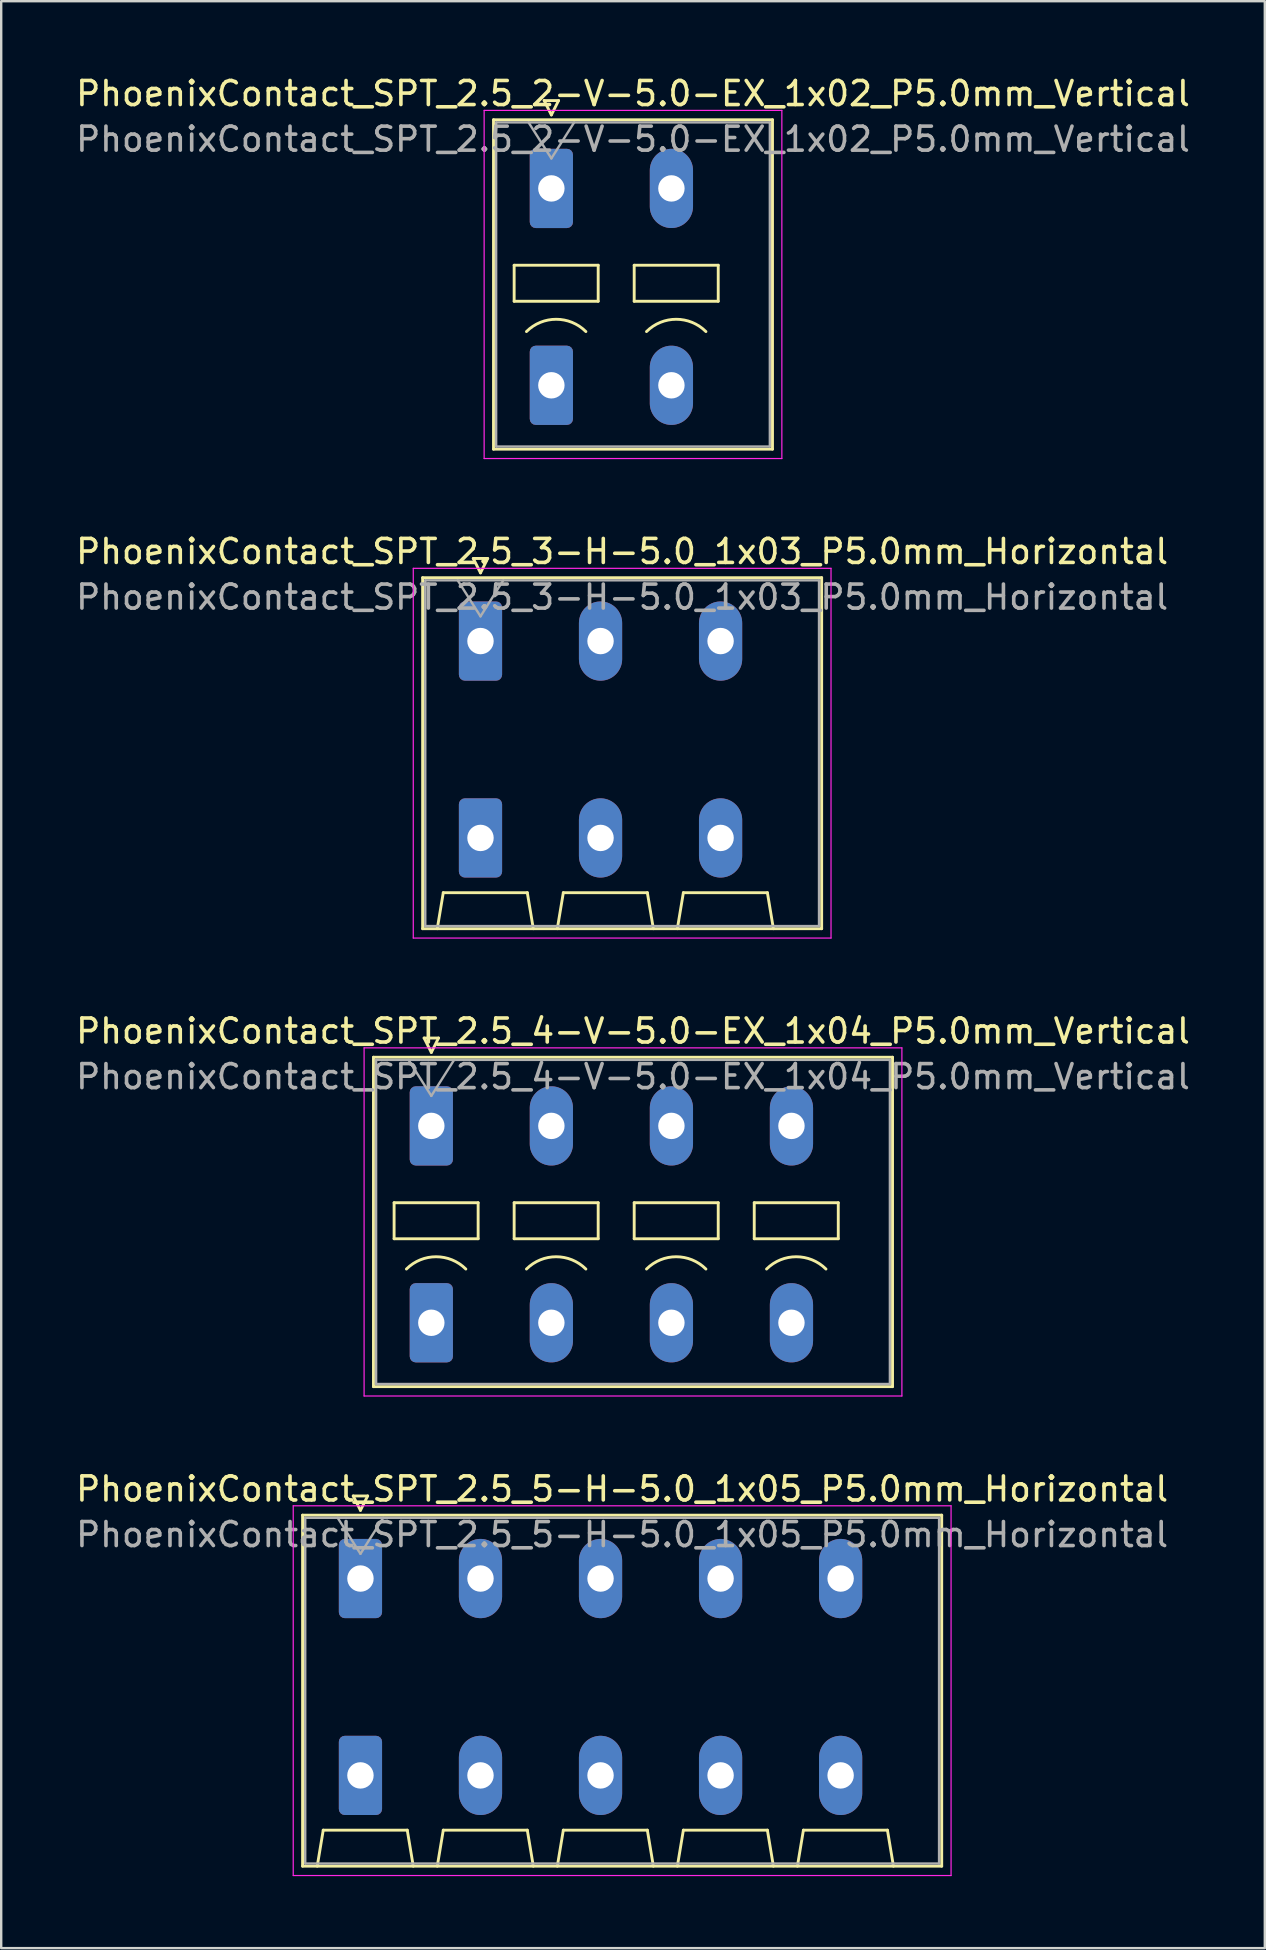
<source format=kicad_pcb>
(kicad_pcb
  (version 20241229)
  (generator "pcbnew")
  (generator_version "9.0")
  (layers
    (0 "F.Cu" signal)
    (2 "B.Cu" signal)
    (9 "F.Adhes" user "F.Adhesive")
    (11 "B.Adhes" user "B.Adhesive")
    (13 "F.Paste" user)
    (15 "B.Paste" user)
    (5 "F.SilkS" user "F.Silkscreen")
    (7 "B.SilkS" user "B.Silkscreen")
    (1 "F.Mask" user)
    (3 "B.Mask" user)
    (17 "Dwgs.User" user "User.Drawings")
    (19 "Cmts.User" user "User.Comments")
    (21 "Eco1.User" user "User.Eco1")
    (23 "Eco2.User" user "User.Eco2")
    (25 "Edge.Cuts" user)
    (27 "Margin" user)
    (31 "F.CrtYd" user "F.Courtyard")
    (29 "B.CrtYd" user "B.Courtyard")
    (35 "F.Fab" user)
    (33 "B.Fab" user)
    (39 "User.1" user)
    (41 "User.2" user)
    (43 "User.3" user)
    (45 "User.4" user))
  (footprint "PhoenixContact_SPT_2.5_4-V-5.0-EX_1x04_P5.0mm_Vertical"
    (layer "F.Cu")
    (at 14.915 43.845)
    (property "Reference" "PhoenixContact_SPT_2.5_4-V-5.0-EX_1x04_P5.0mm_Vertical" (at 8.4 -3.95 0) (layer "F.SilkS") (effects (font (size 1 1) (thickness 0.15))))
    (attr through_hole)
    (fp_line (start -2.41 -2.86) (end 19.21 -2.86) (stroke (width 0.12) (type solid)) (layer "F.SilkS"))
    (fp_line (start -2.41 10.86) (end -2.41 -2.86) (stroke (width 0.12) (type solid)) (layer "F.SilkS"))
    (fp_line (start -1.55 3.2) (end -1.55 4.7) (stroke (width 0.12) (type solid)) (layer "F.SilkS"))
    (fp_line (start -1.55 4.7) (end 1.95 4.7) (stroke (width 0.12) (type solid)) (layer "F.SilkS"))
    (fp_line (start -0.3 -3.66) (end 0 -3.06) (stroke (width 0.12) (type solid)) (layer "F.SilkS"))
    (fp_line (start -0.3 -3.66) (end 0.3 -3.66) (stroke (width 0.12) (type solid)) (layer "F.SilkS"))
    (fp_line (start 0.3 -3.66) (end 0 -3.06) (stroke (width 0.12) (type solid)) (layer "F.SilkS"))
    (fp_line (start 1.95 3.2) (end -1.55 3.2) (stroke (width 0.12) (type solid)) (layer "F.SilkS"))
    (fp_line (start 1.95 4.7) (end 1.95 3.2) (stroke (width 0.12) (type solid)) (layer "F.SilkS"))
    (fp_line (start 3.45 3.2) (end 3.45 4.7) (stroke (width 0.12) (type solid)) (layer "F.SilkS"))
    (fp_line (start 3.45 4.7) (end 6.95 4.7) (stroke (width 0.12) (type solid)) (layer "F.SilkS"))
    (fp_line (start 6.95 3.2) (end 3.45 3.2) (stroke (width 0.12) (type solid)) (layer "F.SilkS"))
    (fp_line (start 6.95 4.7) (end 6.95 3.2) (stroke (width 0.12) (type solid)) (layer "F.SilkS"))
    (fp_line (start 8.45 3.2) (end 8.45 4.7) (stroke (width 0.12) (type solid)) (layer "F.SilkS"))
    (fp_line (start 8.45 4.7) (end 11.95 4.7) (stroke (width 0.12) (type solid)) (layer "F.SilkS"))
    (fp_line (start 11.95 3.2) (end 8.45 3.2) (stroke (width 0.12) (type solid)) (layer "F.SilkS"))
    (fp_line (start 11.95 4.7) (end 11.95 3.2) (stroke (width 0.12) (type solid)) (layer "F.SilkS"))
    (fp_line (start 13.45 3.2) (end 13.45 4.7) (stroke (width 0.12) (type solid)) (layer "F.SilkS"))
    (fp_line (start 13.45 4.7) (end 16.95 4.7) (stroke (width 0.12) (type solid)) (layer "F.SilkS"))
    (fp_line (start 16.95 3.2) (end 13.45 3.2) (stroke (width 0.12) (type solid)) (layer "F.SilkS"))
    (fp_line (start 16.95 4.7) (end 16.95 3.2) (stroke (width 0.12) (type solid)) (layer "F.SilkS"))
    (fp_line (start 19.21 -2.86) (end 19.21 10.86) (stroke (width 0.12) (type solid)) (layer "F.SilkS"))
    (fp_line (start 19.21 10.86) (end -2.41 10.86) (stroke (width 0.12) (type solid)) (layer "F.SilkS"))
    (fp_arc (start -1.037437 5.962563) (mid 0.2 5.45) (end 1.437437 5.962563) (stroke (width 0.12) (type solid)) (layer "F.SilkS"))
    (fp_arc (start 3.962563 5.962563) (mid 5.2 5.45) (end 6.437437 5.962563) (stroke (width 0.12) (type solid)) (layer "F.SilkS"))
    (fp_arc (start 8.962563 5.962563) (mid 10.2 5.45) (end 11.437437 5.962563) (stroke (width 0.12) (type solid)) (layer "F.SilkS"))
    (fp_arc (start 13.962563 5.962563) (mid 15.2 5.45) (end 16.437437 5.962563) (stroke (width 0.12) (type solid)) (layer "F.SilkS"))
    (fp_line (start -2.8 -3.25) (end -2.8 11.25) (stroke (width 0.05) (type solid)) (layer "F.CrtYd"))
    (fp_line (start -2.8 11.25) (end 19.6 11.25) (stroke (width 0.05) (type solid)) (layer "F.CrtYd"))
    (fp_line (start 19.6 -3.25) (end -2.8 -3.25) (stroke (width 0.05) (type solid)) (layer "F.CrtYd"))
    (fp_line (start 19.6 11.25) (end 19.6 -3.25) (stroke (width 0.05) (type solid)) (layer "F.CrtYd"))
    (fp_line (start -2.3 -2.75) (end -2.3 10.75) (stroke (width 0.1) (type solid)) (layer "F.Fab"))
    (fp_line (start -2.3 10.75) (end 19.1 10.75) (stroke (width 0.1) (type solid)) (layer "F.Fab"))
    (fp_line (start -0.95 -2.75) (end 0 -1.25) (stroke (width 0.1) (type solid)) (layer "F.Fab"))
    (fp_line (start 0.95 -2.75) (end 0 -1.25) (stroke (width 0.1) (type solid)) (layer "F.Fab"))
    (fp_line (start 19.1 -2.75) (end -2.3 -2.75) (stroke (width 0.1) (type solid)) (layer "F.Fab"))
    (fp_line (start 19.1 10.75) (end 19.1 -2.75) (stroke (width 0.1) (type solid)) (layer "F.Fab"))
    (fp_text user "${REFERENCE}" (at 8.4 -2.05 0) (layer "F.Fab") (effects (font (size 1 1) (thickness 0.15))))
    (pad "1" thru_hole roundrect (at 0 0) (size 1.8 3.3) (drill 1.1) (layers "*.Cu" "*.Mask") (roundrect_rratio 0.139))
    (pad "1" thru_hole roundrect (at 0 8.2) (size 1.8 3.3) (drill 1.1) (layers "*.Cu" "*.Mask") (roundrect_rratio 0.139))
    (pad "2" thru_hole oval (at 5 0) (size 1.8 3.3) (drill 1.1) (layers "*.Cu" "*.Mask"))
    (pad "2" thru_hole oval (at 5 8.2) (size 1.8 3.3) (drill 1.1) (layers "*.Cu" "*.Mask"))
    (pad "3" thru_hole oval (at 10 0) (size 1.8 3.3) (drill 1.1) (layers "*.Cu" "*.Mask"))
    (pad "3" thru_hole oval (at 10 8.2) (size 1.8 3.3) (drill 1.1) (layers "*.Cu" "*.Mask"))
    (pad "4" thru_hole oval (at 15 0) (size 1.8 3.3) (drill 1.1) (layers "*.Cu" "*.Mask"))
    (pad "4" thru_hole oval (at 15 8.2) (size 1.8 3.3) (drill 1.1) (layers "*.Cu" "*.Mask")))
  (footprint "PhoenixContact_SPT_2.5_2-V-5.0-EX_1x02_P5.0mm_Vertical"
    (layer "F.Cu")
    (at 19.915 4.798)
    (property "Reference" "PhoenixContact_SPT_2.5_2-V-5.0-EX_1x02_P5.0mm_Vertical" (at 3.4 -3.95 0) (layer "F.SilkS") (effects (font (size 1 1) (thickness 0.15))))
    (attr through_hole)
    (fp_line (start -2.41 -2.86) (end 9.21 -2.86) (stroke (width 0.12) (type solid)) (layer "F.SilkS"))
    (fp_line (start -2.41 10.86) (end -2.41 -2.86) (stroke (width 0.12) (type solid)) (layer "F.SilkS"))
    (fp_line (start -1.55 3.2) (end -1.55 4.7) (stroke (width 0.12) (type solid)) (layer "F.SilkS"))
    (fp_line (start -1.55 4.7) (end 1.95 4.7) (stroke (width 0.12) (type solid)) (layer "F.SilkS"))
    (fp_line (start -0.3 -3.66) (end 0 -3.06) (stroke (width 0.12) (type solid)) (layer "F.SilkS"))
    (fp_line (start -0.3 -3.66) (end 0.3 -3.66) (stroke (width 0.12) (type solid)) (layer "F.SilkS"))
    (fp_line (start 0.3 -3.66) (end 0 -3.06) (stroke (width 0.12) (type solid)) (layer "F.SilkS"))
    (fp_line (start 1.95 3.2) (end -1.55 3.2) (stroke (width 0.12) (type solid)) (layer "F.SilkS"))
    (fp_line (start 1.95 4.7) (end 1.95 3.2) (stroke (width 0.12) (type solid)) (layer "F.SilkS"))
    (fp_line (start 3.45 3.2) (end 3.45 4.7) (stroke (width 0.12) (type solid)) (layer "F.SilkS"))
    (fp_line (start 3.45 4.7) (end 6.95 4.7) (stroke (width 0.12) (type solid)) (layer "F.SilkS"))
    (fp_line (start 6.95 3.2) (end 3.45 3.2) (stroke (width 0.12) (type solid)) (layer "F.SilkS"))
    (fp_line (start 6.95 4.7) (end 6.95 3.2) (stroke (width 0.12) (type solid)) (layer "F.SilkS"))
    (fp_line (start 9.21 -2.86) (end 9.21 10.86) (stroke (width 0.12) (type solid)) (layer "F.SilkS"))
    (fp_line (start 9.21 10.86) (end -2.41 10.86) (stroke (width 0.12) (type solid)) (layer "F.SilkS"))
    (fp_arc (start -1.037437 5.962563) (mid 0.2 5.45) (end 1.437437 5.962563) (stroke (width 0.12) (type solid)) (layer "F.SilkS"))
    (fp_arc (start 3.962563 5.962563) (mid 5.2 5.45) (end 6.437437 5.962563) (stroke (width 0.12) (type solid)) (layer "F.SilkS"))
    (fp_line (start -2.8 -3.25) (end -2.8 11.25) (stroke (width 0.05) (type solid)) (layer "F.CrtYd"))
    (fp_line (start -2.8 11.25) (end 9.6 11.25) (stroke (width 0.05) (type solid)) (layer "F.CrtYd"))
    (fp_line (start 9.6 -3.25) (end -2.8 -3.25) (stroke (width 0.05) (type solid)) (layer "F.CrtYd"))
    (fp_line (start 9.6 11.25) (end 9.6 -3.25) (stroke (width 0.05) (type solid)) (layer "F.CrtYd"))
    (fp_line (start -2.3 -2.75) (end -2.3 10.75) (stroke (width 0.1) (type solid)) (layer "F.Fab"))
    (fp_line (start -2.3 10.75) (end 9.1 10.75) (stroke (width 0.1) (type solid)) (layer "F.Fab"))
    (fp_line (start -0.95 -2.75) (end 0 -1.25) (stroke (width 0.1) (type solid)) (layer "F.Fab"))
    (fp_line (start 0.95 -2.75) (end 0 -1.25) (stroke (width 0.1) (type solid)) (layer "F.Fab"))
    (fp_line (start 9.1 -2.75) (end -2.3 -2.75) (stroke (width 0.1) (type solid)) (layer "F.Fab"))
    (fp_line (start 9.1 10.75) (end 9.1 -2.75) (stroke (width 0.1) (type solid)) (layer "F.Fab"))
    (fp_text user "${REFERENCE}" (at 3.4 -2.05 0) (layer "F.Fab") (effects (font (size 1 1) (thickness 0.15))))
    (pad "1" thru_hole roundrect (at 0 0) (size 1.8 3.3) (drill 1.1) (layers "*.Cu" "*.Mask") (roundrect_rratio 0.139))
    (pad "1" thru_hole roundrect (at 0 8.2) (size 1.8 3.3) (drill 1.1) (layers "*.Cu" "*.Mask") (roundrect_rratio 0.139))
    (pad "2" thru_hole oval (at 5 0) (size 1.8 3.3) (drill 1.1) (layers "*.Cu" "*.Mask"))
    (pad "2" thru_hole oval (at 5 8.2) (size 1.8 3.3) (drill 1.1) (layers "*.Cu" "*.Mask")))
  (footprint "PhoenixContact_SPT_2.5_5-H-5.0_1x05_P5.0mm_Horizontal"
    (layer "F.Cu")
    (at 11.963 62.698)
    (property "Reference" "PhoenixContact_SPT_2.5_5-H-5.0_1x05_P5.0mm_Horizontal" (at 10.9 -3.73 0) (layer "F.SilkS") (effects (font (size 1 1) (thickness 0.15))))
    (attr through_hole)
    (fp_line (start -2.41 -2.64) (end 24.21 -2.64) (stroke (width 0.12) (type solid)) (layer "F.SilkS"))
    (fp_line (start -2.41 11.98) (end -2.41 -2.64) (stroke (width 0.12) (type solid)) (layer "F.SilkS"))
    (fp_line (start -1.8 11.98) (end -1.55 10.48) (stroke (width 0.12) (type solid)) (layer "F.SilkS"))
    (fp_line (start -1.55 10.48) (end 1.95 10.48) (stroke (width 0.12) (type solid)) (layer "F.SilkS"))
    (fp_line (start -0.3 -3.44) (end 0 -2.84) (stroke (width 0.12) (type solid)) (layer "F.SilkS"))
    (fp_line (start -0.3 -3.44) (end 0.3 -3.44) (stroke (width 0.12) (type solid)) (layer "F.SilkS"))
    (fp_line (start 0.3 -3.44) (end 0 -2.84) (stroke (width 0.12) (type solid)) (layer "F.SilkS"))
    (fp_line (start 2.2 11.98) (end 1.95 10.48) (stroke (width 0.12) (type solid)) (layer "F.SilkS"))
    (fp_line (start 3.2 11.98) (end 3.45 10.48) (stroke (width 0.12) (type solid)) (layer "F.SilkS"))
    (fp_line (start 3.45 10.48) (end 6.95 10.48) (stroke (width 0.12) (type solid)) (layer "F.SilkS"))
    (fp_line (start 7.2 11.98) (end 6.95 10.48) (stroke (width 0.12) (type solid)) (layer "F.SilkS"))
    (fp_line (start 8.2 11.98) (end 8.45 10.48) (stroke (width 0.12) (type solid)) (layer "F.SilkS"))
    (fp_line (start 8.45 10.48) (end 11.95 10.48) (stroke (width 0.12) (type solid)) (layer "F.SilkS"))
    (fp_line (start 12.2 11.98) (end 11.95 10.48) (stroke (width 0.12) (type solid)) (layer "F.SilkS"))
    (fp_line (start 13.2 11.98) (end 13.45 10.48) (stroke (width 0.12) (type solid)) (layer "F.SilkS"))
    (fp_line (start 13.45 10.48) (end 16.95 10.48) (stroke (width 0.12) (type solid)) (layer "F.SilkS"))
    (fp_line (start 17.2 11.98) (end 16.95 10.48) (stroke (width 0.12) (type solid)) (layer "F.SilkS"))
    (fp_line (start 18.2 11.98) (end 18.45 10.48) (stroke (width 0.12) (type solid)) (layer "F.SilkS"))
    (fp_line (start 18.45 10.48) (end 21.95 10.48) (stroke (width 0.12) (type solid)) (layer "F.SilkS"))
    (fp_line (start 22.2 11.98) (end 21.95 10.48) (stroke (width 0.12) (type solid)) (layer "F.SilkS"))
    (fp_line (start 24.21 -2.64) (end 24.21 11.98) (stroke (width 0.12) (type solid)) (layer "F.SilkS"))
    (fp_line (start 24.21 11.98) (end -2.41 11.98) (stroke (width 0.12) (type solid)) (layer "F.SilkS"))
    (fp_line (start -2.8 -3.03) (end -2.8 12.37) (stroke (width 0.05) (type solid)) (layer "F.CrtYd"))
    (fp_line (start -2.8 12.37) (end 24.6 12.37) (stroke (width 0.05) (type solid)) (layer "F.CrtYd"))
    (fp_line (start 24.6 -3.03) (end -2.8 -3.03) (stroke (width 0.05) (type solid)) (layer "F.CrtYd"))
    (fp_line (start 24.6 12.37) (end 24.6 -3.03) (stroke (width 0.05) (type solid)) (layer "F.CrtYd"))
    (fp_line (start -2.3 -2.53) (end -2.3 11.87) (stroke (width 0.1) (type solid)) (layer "F.Fab"))
    (fp_line (start -2.3 11.87) (end 24.1 11.87) (stroke (width 0.1) (type solid)) (layer "F.Fab"))
    (fp_line (start -0.95 -2.53) (end 0 -1.03) (stroke (width 0.1) (type solid)) (layer "F.Fab"))
    (fp_line (start 0.95 -2.53) (end 0 -1.03) (stroke (width 0.1) (type solid)) (layer "F.Fab"))
    (fp_line (start 24.1 -2.53) (end -2.3 -2.53) (stroke (width 0.1) (type solid)) (layer "F.Fab"))
    (fp_line (start 24.1 11.87) (end 24.1 -2.53) (stroke (width 0.1) (type solid)) (layer "F.Fab"))
    (fp_text user "${REFERENCE}" (at 10.9 -1.83 0) (layer "F.Fab") (effects (font (size 1 1) (thickness 0.15))))
    (pad "1" thru_hole roundrect (at 0 0) (size 1.8 3.3) (drill 1.1) (layers "*.Cu" "*.Mask") (roundrect_rratio 0.139))
    (pad "1" thru_hole roundrect (at 0 8.2) (size 1.8 3.3) (drill 1.1) (layers "*.Cu" "*.Mask") (roundrect_rratio 0.139))
    (pad "2" thru_hole oval (at 5 0) (size 1.8 3.3) (drill 1.1) (layers "*.Cu" "*.Mask"))
    (pad "2" thru_hole oval (at 5 8.2) (size 1.8 3.3) (drill 1.1) (layers "*.Cu" "*.Mask"))
    (pad "3" thru_hole oval (at 10 0) (size 1.8 3.3) (drill 1.1) (layers "*.Cu" "*.Mask"))
    (pad "3" thru_hole oval (at 10 8.2) (size 1.8 3.3) (drill 1.1) (layers "*.Cu" "*.Mask"))
    (pad "4" thru_hole oval (at 15 0) (size 1.8 3.3) (drill 1.1) (layers "*.Cu" "*.Mask"))
    (pad "4" thru_hole oval (at 15 8.2) (size 1.8 3.3) (drill 1.1) (layers "*.Cu" "*.Mask"))
    (pad "5" thru_hole oval (at 20 0) (size 1.8 3.3) (drill 1.1) (layers "*.Cu" "*.Mask"))
    (pad "5" thru_hole oval (at 20 8.2) (size 1.8 3.3) (drill 1.1) (layers "*.Cu" "*.Mask")))
  (footprint "PhoenixContact_SPT_2.5_3-H-5.0_1x03_P5.0mm_Horizontal"
    (layer "F.Cu")
    (at 16.963 23.651)
    (property "Reference" "PhoenixContact_SPT_2.5_3-H-5.0_1x03_P5.0mm_Horizontal" (at 5.9 -3.73 0) (layer "F.SilkS") (effects (font (size 1 1) (thickness 0.15))))
    (attr through_hole)
    (fp_line (start -2.41 -2.64) (end 14.21 -2.64) (stroke (width 0.12) (type solid)) (layer "F.SilkS"))
    (fp_line (start -2.41 11.98) (end -2.41 -2.64) (stroke (width 0.12) (type solid)) (layer "F.SilkS"))
    (fp_line (start -1.8 11.98) (end -1.55 10.48) (stroke (width 0.12) (type solid)) (layer "F.SilkS"))
    (fp_line (start -1.55 10.48) (end 1.95 10.48) (stroke (width 0.12) (type solid)) (layer "F.SilkS"))
    (fp_line (start -0.3 -3.44) (end 0 -2.84) (stroke (width 0.12) (type solid)) (layer "F.SilkS"))
    (fp_line (start -0.3 -3.44) (end 0.3 -3.44) (stroke (width 0.12) (type solid)) (layer "F.SilkS"))
    (fp_line (start 0.3 -3.44) (end 0 -2.84) (stroke (width 0.12) (type solid)) (layer "F.SilkS"))
    (fp_line (start 2.2 11.98) (end 1.95 10.48) (stroke (width 0.12) (type solid)) (layer "F.SilkS"))
    (fp_line (start 3.2 11.98) (end 3.45 10.48) (stroke (width 0.12) (type solid)) (layer "F.SilkS"))
    (fp_line (start 3.45 10.48) (end 6.95 10.48) (stroke (width 0.12) (type solid)) (layer "F.SilkS"))
    (fp_line (start 7.2 11.98) (end 6.95 10.48) (stroke (width 0.12) (type solid)) (layer "F.SilkS"))
    (fp_line (start 8.2 11.98) (end 8.45 10.48) (stroke (width 0.12) (type solid)) (layer "F.SilkS"))
    (fp_line (start 8.45 10.48) (end 11.95 10.48) (stroke (width 0.12) (type solid)) (layer "F.SilkS"))
    (fp_line (start 12.2 11.98) (end 11.95 10.48) (stroke (width 0.12) (type solid)) (layer "F.SilkS"))
    (fp_line (start 14.21 -2.64) (end 14.21 11.98) (stroke (width 0.12) (type solid)) (layer "F.SilkS"))
    (fp_line (start 14.21 11.98) (end -2.41 11.98) (stroke (width 0.12) (type solid)) (layer "F.SilkS"))
    (fp_line (start -2.8 -3.03) (end -2.8 12.37) (stroke (width 0.05) (type solid)) (layer "F.CrtYd"))
    (fp_line (start -2.8 12.37) (end 14.6 12.37) (stroke (width 0.05) (type solid)) (layer "F.CrtYd"))
    (fp_line (start 14.6 -3.03) (end -2.8 -3.03) (stroke (width 0.05) (type solid)) (layer "F.CrtYd"))
    (fp_line (start 14.6 12.37) (end 14.6 -3.03) (stroke (width 0.05) (type solid)) (layer "F.CrtYd"))
    (fp_line (start -2.3 -2.53) (end -2.3 11.87) (stroke (width 0.1) (type solid)) (layer "F.Fab"))
    (fp_line (start -2.3 11.87) (end 14.1 11.87) (stroke (width 0.1) (type solid)) (layer "F.Fab"))
    (fp_line (start -0.95 -2.53) (end 0 -1.03) (stroke (width 0.1) (type solid)) (layer "F.Fab"))
    (fp_line (start 0.95 -2.53) (end 0 -1.03) (stroke (width 0.1) (type solid)) (layer "F.Fab"))
    (fp_line (start 14.1 -2.53) (end -2.3 -2.53) (stroke (width 0.1) (type solid)) (layer "F.Fab"))
    (fp_line (start 14.1 11.87) (end 14.1 -2.53) (stroke (width 0.1) (type solid)) (layer "F.Fab"))
    (fp_text user "${REFERENCE}" (at 5.9 -1.83 0) (layer "F.Fab") (effects (font (size 1 1) (thickness 0.15))))
    (pad "1" thru_hole roundrect (at 0 0) (size 1.8 3.3) (drill 1.1) (layers "*.Cu" "*.Mask") (roundrect_rratio 0.139))
    (pad "1" thru_hole roundrect (at 0 8.2) (size 1.8 3.3) (drill 1.1) (layers "*.Cu" "*.Mask") (roundrect_rratio 0.139))
    (pad "2" thru_hole oval (at 5 0) (size 1.8 3.3) (drill 1.1) (layers "*.Cu" "*.Mask"))
    (pad "2" thru_hole oval (at 5 8.2) (size 1.8 3.3) (drill 1.1) (layers "*.Cu" "*.Mask"))
    (pad "3" thru_hole oval (at 10 0) (size 1.8 3.3) (drill 1.1) (layers "*.Cu" "*.Mask"))
    (pad "3" thru_hole oval (at 10 8.2) (size 1.8 3.3) (drill 1.1) (layers "*.Cu" "*.Mask")))
  (gr_rect
    (start -3 -3)
    (end 49.631 78.093)
    (stroke (width 0.1) (type default))
    (fill no)
    (layer "Edge.Cuts")))
</source>
